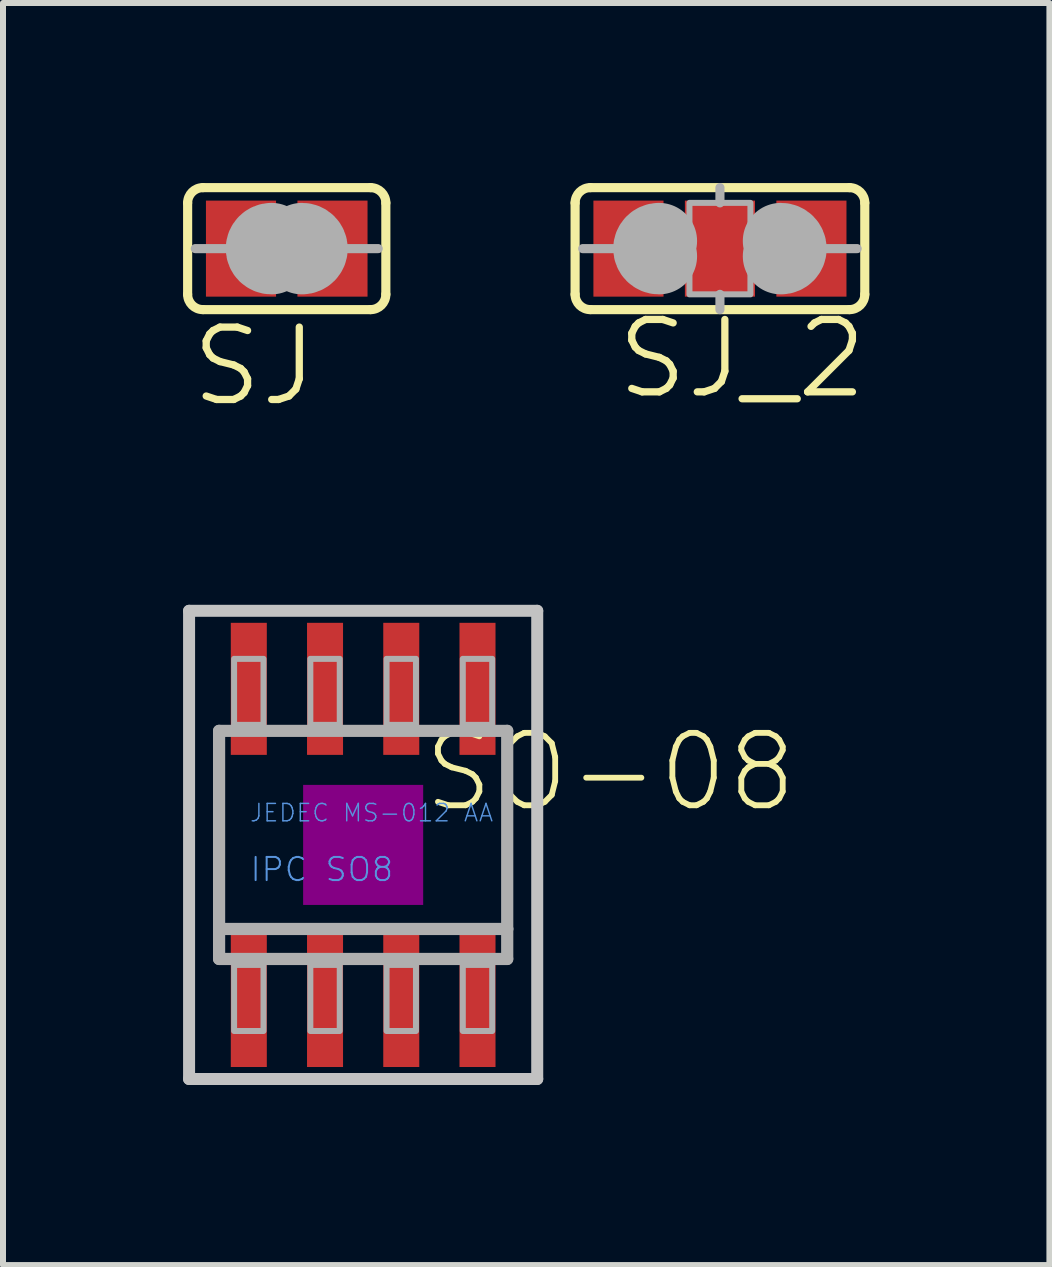
<source format=kicad_pcb>
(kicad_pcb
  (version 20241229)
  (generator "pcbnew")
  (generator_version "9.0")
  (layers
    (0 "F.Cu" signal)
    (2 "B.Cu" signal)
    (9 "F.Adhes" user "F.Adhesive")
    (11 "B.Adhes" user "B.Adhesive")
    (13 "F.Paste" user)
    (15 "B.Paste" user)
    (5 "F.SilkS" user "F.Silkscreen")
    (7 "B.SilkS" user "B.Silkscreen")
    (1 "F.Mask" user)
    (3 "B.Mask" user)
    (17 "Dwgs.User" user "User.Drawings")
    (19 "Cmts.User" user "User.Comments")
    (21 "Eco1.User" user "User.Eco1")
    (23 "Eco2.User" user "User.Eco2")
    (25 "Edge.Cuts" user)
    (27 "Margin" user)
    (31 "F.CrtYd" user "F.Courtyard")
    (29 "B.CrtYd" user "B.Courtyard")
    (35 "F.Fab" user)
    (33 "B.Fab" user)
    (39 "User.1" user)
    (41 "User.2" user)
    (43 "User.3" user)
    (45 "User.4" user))
  (footprint "SO-08"
    (layer "F.Cu")
    (at 3 11.026)
    (property "Reference" "SO-08" (at 0.953 -0.508 0) (layer "F.SilkS") (effects (font (size 1.206 1.206) (thickness 0.097)) (justify left bottom)))
    (attr through_hole)
    (fp_poly (pts (xy -1 1) (xy 1 1) (xy 1 -1) (xy -1 -1)) (stroke (width 0) (type solid)) (fill yes) (layer "F.Adhes"))
    (fp_line (start -2.9 -3.9) (end 2.9 -3.9) (stroke (width 0.2) (type solid)) (layer "Dwgs.User"))
    (fp_line (start -2.9 3.9) (end -2.9 -3.9) (stroke (width 0.2) (type solid)) (layer "Dwgs.User"))
    (fp_line (start 2.9 -3.9) (end 2.9 3.9) (stroke (width 0.2) (type solid)) (layer "Dwgs.User"))
    (fp_line (start 2.9 3.9) (end -2.9 3.9) (stroke (width 0.2) (type solid)) (layer "Dwgs.User"))
    (fp_line (start -2.4 -1.9) (end 2.4 -1.9) (stroke (width 0.203) (type solid)) (layer "F.Fab"))
    (fp_line (start -2.4 1.4) (end -2.4 -1.9) (stroke (width 0.203) (type solid)) (layer "F.Fab"))
    (fp_line (start -2.4 1.9) (end -2.4 1.4) (stroke (width 0.203) (type solid)) (layer "F.Fab"))
    (fp_line (start 2.4 -1.9) (end 2.4 1.4) (stroke (width 0.203) (type solid)) (layer "F.Fab"))
    (fp_line (start 2.4 1.4) (end -2.4 1.4) (stroke (width 0.203) (type solid)) (layer "F.Fab"))
    (fp_line (start 2.4 1.4) (end 2.4 1.9) (stroke (width 0.203) (type solid)) (layer "F.Fab"))
    (fp_line (start 2.4 1.9) (end -2.4 1.9) (stroke (width 0.203) (type solid)) (layer "F.Fab"))
    (fp_poly (pts (xy -2.15 -2) (xy -1.66 -2) (xy -1.66 -3.1) (xy -2.15 -3.1)) (stroke (width 0.1) (type solid)) (fill no) (layer "F.Fab"))
    (fp_poly (pts (xy -2.15 3.1) (xy -1.66 3.1) (xy -1.66 2) (xy -2.15 2)) (stroke (width 0.1) (type solid)) (fill no) (layer "F.Fab"))
    (fp_poly (pts (xy -0.88 -2) (xy -0.39 -2) (xy -0.39 -3.1) (xy -0.88 -3.1)) (stroke (width 0.1) (type solid)) (fill no) (layer "F.Fab"))
    (fp_poly (pts (xy -0.88 3.1) (xy -0.39 3.1) (xy -0.39 2) (xy -0.88 2)) (stroke (width 0.1) (type solid)) (fill no) (layer "F.Fab"))
    (fp_poly (pts (xy 0.39 -2) (xy 0.88 -2) (xy 0.88 -3.1) (xy 0.39 -3.1)) (stroke (width 0.1) (type solid)) (fill no) (layer "F.Fab"))
    (fp_poly (pts (xy 0.39 3.1) (xy 0.88 3.1) (xy 0.88 2) (xy 0.39 2)) (stroke (width 0.1) (type solid)) (fill no) (layer "F.Fab"))
    (fp_poly (pts (xy 1.66 -2) (xy 2.15 -2) (xy 2.15 -3.1) (xy 1.66 -3.1)) (stroke (width 0.1) (type solid)) (fill no) (layer "F.Fab"))
    (fp_poly (pts (xy 1.66 3.1) (xy 2.15 3.1) (xy 2.15 2) (xy 1.66 2)) (stroke (width 0.1) (type solid)) (fill no) (layer "F.Fab"))
    (fp_text user "JEDEC MS-012 AA" (at -1.905 -0.365 0) (layer "Cmts.User") (effects (font (size 0.29 0.29) (thickness 0.024)) (justify left bottom)))
    (fp_text user "IPC SO8" (at -1.905 0.635 0) (layer "Cmts.User") (effects (font (size 0.386 0.386) (thickness 0.033)) (justify left bottom)))
    (pad "1" smd rect (at -1.905 2.6) (size 0.6 2.2) (layers "F.Cu" "F.Mask" "F.Paste"))
    (pad "2" smd rect (at -0.635 2.6) (size 0.6 2.2) (layers "F.Cu" "F.Mask" "F.Paste"))
    (pad "3" smd rect (at 0.635 2.6) (size 0.6 2.2) (layers "F.Cu" "F.Mask" "F.Paste"))
    (pad "4" smd rect (at 1.905 2.6) (size 0.6 2.2) (layers "F.Cu" "F.Mask" "F.Paste"))
    (pad "5" smd rect (at 1.905 -2.6) (size 0.6 2.2) (layers "F.Cu" "F.Mask" "F.Paste"))
    (pad "6" smd rect (at 0.635 -2.6) (size 0.6 2.2) (layers "F.Cu" "F.Mask" "F.Paste"))
    (pad "7" smd rect (at -0.635 -2.6) (size 0.6 2.2) (layers "F.Cu" "F.Mask" "F.Paste"))
    (pad "8" smd rect (at -1.905 -2.6) (size 0.6 2.2) (layers "F.Cu" "F.Mask" "F.Paste")))
  (footprint "SJ_2"
    (layer "F.Cu")
    (at 8.944 1.092)
    (property "Reference" "SJ_2" (at -1.778 2.54 180) (layer "F.SilkS") (effects (font (size 1.206 1.206) (thickness 0.121)) (justify left bottom)))
    (attr through_hole)
    (fp_line (start -2.413 0.762) (end -2.413 -0.762) (stroke (width 0.152) (type solid)) (layer "F.SilkS"))
    (fp_line (start -2.159 -1.016) (end 2.159 -1.016) (stroke (width 0.152) (type solid)) (layer "F.SilkS"))
    (fp_line (start 2.159 1.016) (end -2.159 1.016) (stroke (width 0.152) (type solid)) (layer "F.SilkS"))
    (fp_line (start 2.413 0.762) (end 2.413 -0.762) (stroke (width 0.152) (type solid)) (layer "F.SilkS"))
    (fp_arc (start -2.413 -0.762) (mid -2.338605 -0.941605) (end -2.159 -1.016) (stroke (width 0.1524) (type solid)) (layer "F.SilkS"))
    (fp_arc (start -2.159 1.016) (mid -2.338605 0.941605) (end -2.413 0.762) (stroke (width 0.1524) (type solid)) (layer "F.SilkS"))
    (fp_arc (start 2.159 -1.016) (mid 2.338605 -0.941605) (end 2.413 -0.762) (stroke (width 0.1524) (type solid)) (layer "F.SilkS"))
    (fp_arc (start 2.413 0.762) (mid 2.338605 0.941605) (end 2.159 1.016) (stroke (width 0.1524) (type solid)) (layer "F.SilkS"))
    (fp_line (start -1.778 0) (end -2.286 0) (stroke (width 0.152) (type solid)) (layer "F.Fab"))
    (fp_line (start 0 -0.762) (end 0 -1.016) (stroke (width 0.152) (type solid)) (layer "F.Fab"))
    (fp_line (start 0 1.016) (end 0 0.762) (stroke (width 0.152) (type solid)) (layer "F.Fab"))
    (fp_line (start 1.778 0) (end 2.286 0) (stroke (width 0.152) (type solid)) (layer "F.Fab"))
    (fp_arc (start -1.016 0.127) (mid -1.143 0) (end -1.016 -0.127) (stroke (width 1.27) (type solid)) (layer "F.Fab"))
    (fp_arc (start 1.016 -0.127) (mid 1.143 0) (end 1.016 0.127) (stroke (width 1.27) (type solid)) (layer "F.Fab"))
    (fp_poly (pts (xy -0.508 0.762) (xy 0.508 0.762) (xy 0.508 -0.762) (xy -0.508 -0.762)) (stroke (width 0.1) (type solid)) (fill no) (layer "F.Fab"))
    (pad "1" smd rect (at -1.524 0) (size 1.168 1.6) (layers "F.Cu" "F.Mask" "F.Paste"))
    (pad "2" smd rect (at 0 0) (size 1.168 1.6) (layers "F.Cu" "F.Mask" "F.Paste"))
    (pad "3" smd rect (at 1.524 0) (size 1.168 1.6) (layers "F.Cu" "F.Mask" "F.Paste")))
  (footprint "SJ"
    (layer "F.Cu")
    (at 1.727 1.092)
    (property "Reference" "SJ" (at -1.651 2.667 0) (layer "F.SilkS") (effects (font (size 1.206 1.206) (thickness 0.121)) (justify left bottom)))
    (attr through_hole)
    (fp_poly (pts (xy -0.076 0.914) (xy 0.076 0.914) (xy 0.076 -0.914) (xy -0.076 -0.914)) (stroke (width 0) (type solid)) (fill yes) (layer "F.Mask"))
    (fp_line (start -1.651 0.762) (end -1.651 -0.762) (stroke (width 0.152) (type solid)) (layer "F.SilkS"))
    (fp_line (start -1.397 -1.016) (end 1.397 -1.016) (stroke (width 0.152) (type solid)) (layer "F.SilkS"))
    (fp_line (start 1.397 1.016) (end -1.397 1.016) (stroke (width 0.152) (type solid)) (layer "F.SilkS"))
    (fp_line (start 1.651 0.762) (end 1.651 -0.762) (stroke (width 0.152) (type solid)) (layer "F.SilkS"))
    (fp_arc (start -1.651 -0.762) (mid -1.576605 -0.941605) (end -1.397 -1.016) (stroke (width 0.1524) (type solid)) (layer "F.SilkS"))
    (fp_arc (start -1.397 1.016) (mid -1.576605 0.941605) (end -1.651 0.762) (stroke (width 0.1524) (type solid)) (layer "F.SilkS"))
    (fp_arc (start 1.397 -1.016) (mid 1.576605 -0.941605) (end 1.651 -0.762) (stroke (width 0.1524) (type solid)) (layer "F.SilkS"))
    (fp_arc (start 1.651 0.762) (mid 1.576605 0.941605) (end 1.397 1.016) (stroke (width 0.1524) (type solid)) (layer "F.SilkS"))
    (fp_line (start -1.016 0) (end -1.524 0) (stroke (width 0.152) (type solid)) (layer "F.Fab"))
    (fp_line (start 1.016 0) (end 1.524 0) (stroke (width 0.152) (type solid)) (layer "F.Fab"))
    (fp_arc (start -0.254 0.127) (mid -0.381 0) (end -0.254 -0.127) (stroke (width 1.27) (type solid)) (layer "F.Fab"))
    (fp_arc (start 0.254 -0.127) (mid 0.381 0) (end 0.254 0.127) (stroke (width 1.27) (type solid)) (layer "F.Fab"))
    (pad "1" smd rect (at -0.762 0) (size 1.168 1.6) (layers "F.Cu" "F.Mask" "F.Paste"))
    (pad "2" smd rect (at 0.762 0) (size 1.168 1.6) (layers "F.Cu" "F.Mask" "F.Paste")))
  (gr_rect
    (start -3 -3)
    (end 14.433 18.026)
    (stroke (width 0.1) (type default))
    (fill no)
    (layer "Edge.Cuts")))
</source>
